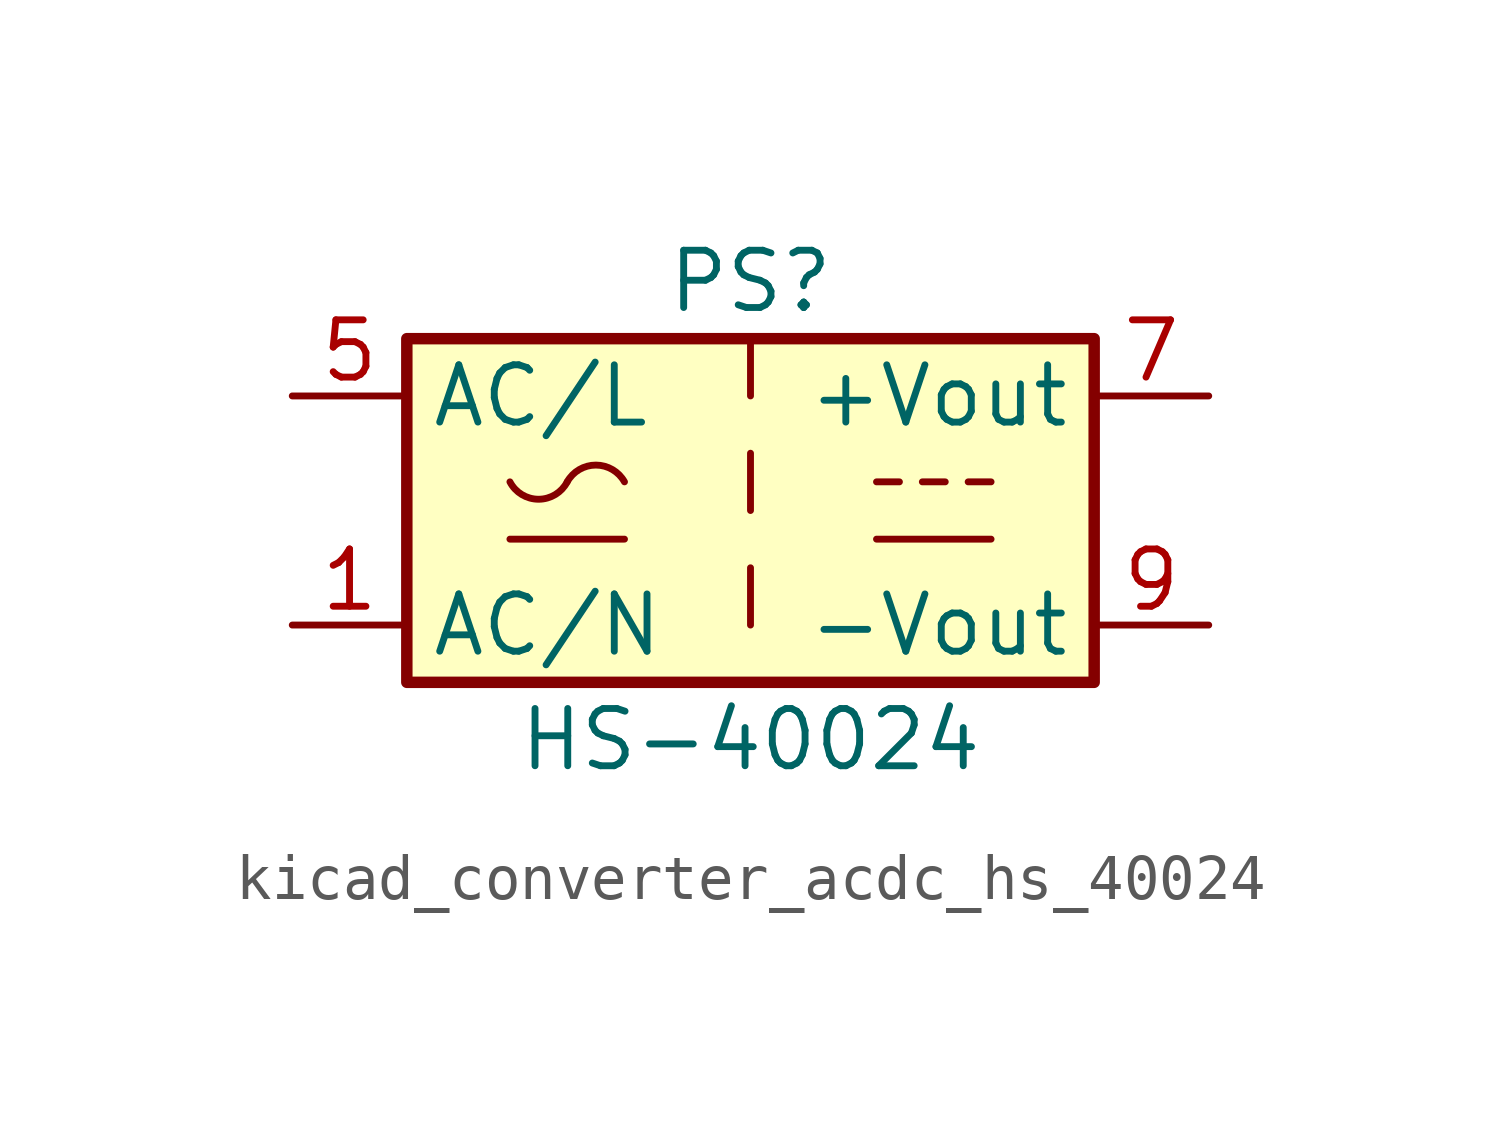
<source format=kicad_sym>
(kicad_symbol_lib
  (version 20220914)
  (generator kicad_symbol_editor)
  (symbol "kicad_converter_acdc_hs_40024"
    (property "Reference" "PS"
      (at 0 5.08 0)
      (effects (font (size 1.27 1.27))))
    (property "Value" "HS-40024"
      (at 0 -5.08 0)
      (effects (font (size 1.27 1.27))))
    (symbol "kicad_converter_acdc_hs_40024_0_1"
      (rectangle (start -7.62 3.81) (end 7.62 -3.81) (stroke (width 0.254) (type default)) (fill (type background)))
      (arc (start -5.334 0.635) (mid -4.699 0.2495) (end -4.064 0.635) (stroke (width 0) (type default)) (fill (type none)))
      (arc (start -2.794 0.635) (mid -3.429 1.0072) (end -4.064 0.635) (stroke (width 0) (type default)) (fill (type none)))
      (polyline (pts (xy -5.334 -0.635) (xy -2.794 -0.635)) (stroke (width 0) (type default)) (fill (type none)))
      (polyline (pts (xy 2.794 -0.635) (xy 5.334 -0.635)) (stroke (width 0) (type default)) (fill (type none)))
      (polyline (pts (xy 2.794 0.635) (xy 3.302 0.635)) (stroke (width 0) (type default)) (fill (type none)))
      (polyline (pts (xy 3.81 0.635) (xy 4.318 0.635)) (stroke (width 0) (type default)) (fill (type none)))
      (polyline (pts (xy 4.826 0.635) (xy 5.334 0.635)) (stroke (width 0) (type default)) (fill (type none))))
    (symbol "kicad_converter_acdc_hs_40024_1_1"
      (polyline (pts (xy 0 -1.27) (xy 0 -2.54)) (stroke (width 0) (type default)) (fill (type none)))
      (polyline (pts (xy 0 1.27) (xy 0 0)) (stroke (width 0) (type default)) (fill (type none)))
      (polyline (pts (xy 0 3.81) (xy 0 2.54)) (stroke (width 0) (type default)) (fill (type none)))
      (pin power_in line (at -10.16 -2.54 0) (length 2.54) (name "AC/N" (effects (font (size 1.27 1.27)))) (number "1" (effects (font (size 1.27 1.27)))))
      (pin power_in line (at -10.16 2.54 0) (length 2.54) (name "AC/L" (effects (font (size 1.27 1.27)))) (number "5" (effects (font (size 1.27 1.27)))))
      (pin power_out line (at 10.16 2.54 180) (length 2.54) (name "+Vout" (effects (font (size 1.27 1.27)))) (number "7" (effects (font (size 1.27 1.27)))))
      (pin power_out line (at 10.16 -2.54 180) (length 2.54) (name "-Vout" (effects (font (size 1.27 1.27)))) (number "9" (effects (font (size 1.27 1.27))))))))
</source>
